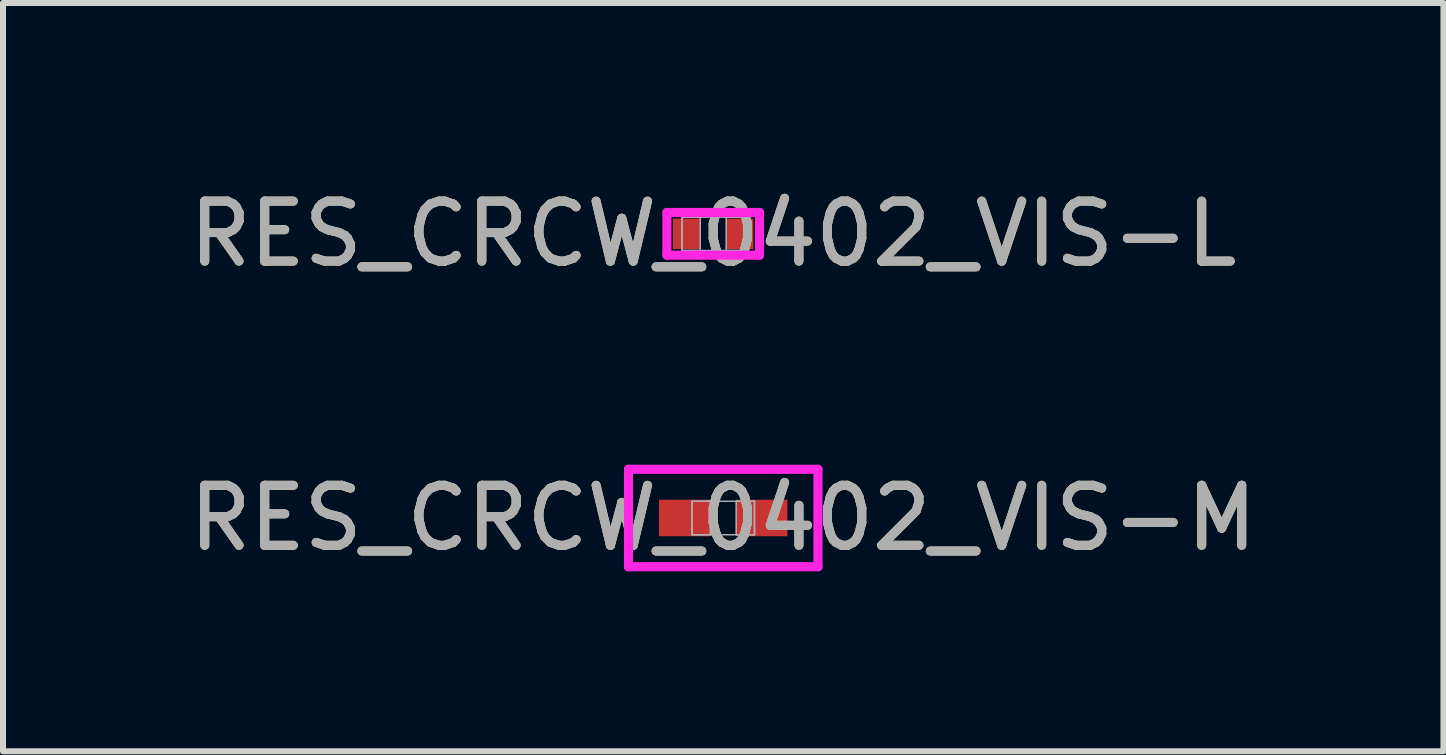
<source format=kicad_pcb>
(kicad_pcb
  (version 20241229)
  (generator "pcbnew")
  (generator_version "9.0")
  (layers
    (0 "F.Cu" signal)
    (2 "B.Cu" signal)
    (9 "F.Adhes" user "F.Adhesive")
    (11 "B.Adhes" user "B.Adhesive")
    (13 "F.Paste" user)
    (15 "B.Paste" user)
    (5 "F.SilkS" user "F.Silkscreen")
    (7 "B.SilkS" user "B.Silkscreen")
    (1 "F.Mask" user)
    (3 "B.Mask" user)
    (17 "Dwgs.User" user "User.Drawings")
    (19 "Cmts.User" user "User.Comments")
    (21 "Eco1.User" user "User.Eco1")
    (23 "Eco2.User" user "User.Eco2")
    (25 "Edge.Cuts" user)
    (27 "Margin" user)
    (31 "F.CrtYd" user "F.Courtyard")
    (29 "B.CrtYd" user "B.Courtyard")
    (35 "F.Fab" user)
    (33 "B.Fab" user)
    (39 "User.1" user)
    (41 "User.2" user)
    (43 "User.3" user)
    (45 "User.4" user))
  (footprint "RES_CRCW_0402_VIS-M"
    (layer "F.Cu")
    (at 9.006 5.585)
    (property "Reference" "RES_CRCW_0402_VIS-M" (at 0 0 0) (unlocked yes) (layer "F.SilkS") (effects (font (size 1 1) (thickness 0.15))))
    (attr smd)
    (fp_line (start -1.579 -0.812) (end 1.579 -0.812) (stroke (width 0.152) (type solid)) (layer "F.CrtYd"))
    (fp_line (start -1.579 0.812) (end -1.579 -0.812) (stroke (width 0.152) (type solid)) (layer "F.CrtYd"))
    (fp_line (start 1.579 -0.812) (end 1.579 0.812) (stroke (width 0.152) (type solid)) (layer "F.CrtYd"))
    (fp_line (start 1.579 0.812) (end -1.579 0.812) (stroke (width 0.152) (type solid)) (layer "F.CrtYd"))
    (fp_line (start -0.521 -0.279) (end -0.521 0.279) (stroke (width 0.025) (type solid)) (layer "F.Fab"))
    (fp_line (start -0.521 -0.279) (end -0.521 0.279) (stroke (width 0.025) (type solid)) (layer "F.Fab"))
    (fp_line (start -0.521 0.279) (end -0.216 0.279) (stroke (width 0.025) (type solid)) (layer "F.Fab"))
    (fp_line (start -0.521 0.279) (end 0.521 0.279) (stroke (width 0.025) (type solid)) (layer "F.Fab"))
    (fp_line (start -0.216 -0.279) (end -0.521 -0.279) (stroke (width 0.025) (type solid)) (layer "F.Fab"))
    (fp_line (start -0.216 0.279) (end -0.216 -0.279) (stroke (width 0.025) (type solid)) (layer "F.Fab"))
    (fp_line (start 0.216 -0.279) (end 0.216 0.279) (stroke (width 0.025) (type solid)) (layer "F.Fab"))
    (fp_line (start 0.216 0.279) (end 0.521 0.279) (stroke (width 0.025) (type solid)) (layer "F.Fab"))
    (fp_line (start 0.521 -0.279) (end -0.521 -0.279) (stroke (width 0.025) (type solid)) (layer "F.Fab"))
    (fp_line (start 0.521 -0.279) (end 0.216 -0.279) (stroke (width 0.025) (type solid)) (layer "F.Fab"))
    (fp_line (start 0.521 0.279) (end 0.521 -0.279) (stroke (width 0.025) (type solid)) (layer "F.Fab"))
    (fp_line (start 0.521 0.279) (end 0.521 -0.279) (stroke (width 0.025) (type solid)) (layer "F.Fab"))
    (fp_text user "${REFERENCE}" (at 0 0 0) (unlocked yes) (layer "F.Fab") (effects (font (size 1 1) (thickness 0.15))))
    (pad "1" smd rect (at -0.643 0) (size 0.855 0.609) (layers "F.Cu" "F.Mask" "F.Paste"))
    (pad "2" smd rect (at 0.643 0) (size 0.855 0.609) (layers "F.Cu" "F.Mask" "F.Paste"))
    (zone (net_name "") (layer "F.Cu") (hatch full 0.508) (connect_pads) (min_thickness 0.254) (filled_areas_thickness no) (keepout (tracks not_allowed) (vias not_allowed) (pads allowed) (copperpour not_allowed) (footprints allowed)) (placement (enabled no)) (fill) (polygon (pts (xy 8.841 5.356) (xy 9.171 5.356) (xy 9.171 5.814) (xy 8.841 5.814)))))
  (footprint "RES_CRCW_0402_VIS-L"
    (layer "F.Cu")
    (at 8.839 0.848)
    (property "Reference" "RES_CRCW_0402_VIS-L" (at 0 0 0) (unlocked yes) (layer "F.SilkS") (effects (font (size 1 1) (thickness 0.15))))
    (attr smd)
    (fp_line (start -0.772 -0.356) (end 0.772 -0.356) (stroke (width 0.152) (type solid)) (layer "F.CrtYd"))
    (fp_line (start -0.772 0.356) (end -0.772 -0.356) (stroke (width 0.152) (type solid)) (layer "F.CrtYd"))
    (fp_line (start 0.772 -0.356) (end 0.772 0.356) (stroke (width 0.152) (type solid)) (layer "F.CrtYd"))
    (fp_line (start 0.772 0.356) (end -0.772 0.356) (stroke (width 0.152) (type solid)) (layer "F.CrtYd"))
    (fp_line (start -0.521 -0.279) (end -0.521 0.279) (stroke (width 0.025) (type solid)) (layer "F.Fab"))
    (fp_line (start -0.521 -0.279) (end -0.521 0.279) (stroke (width 0.025) (type solid)) (layer "F.Fab"))
    (fp_line (start -0.521 0.279) (end -0.216 0.279) (stroke (width 0.025) (type solid)) (layer "F.Fab"))
    (fp_line (start -0.521 0.279) (end 0.521 0.279) (stroke (width 0.025) (type solid)) (layer "F.Fab"))
    (fp_line (start -0.216 -0.279) (end -0.521 -0.279) (stroke (width 0.025) (type solid)) (layer "F.Fab"))
    (fp_line (start -0.216 0.279) (end -0.216 -0.279) (stroke (width 0.025) (type solid)) (layer "F.Fab"))
    (fp_line (start 0.216 -0.279) (end 0.216 0.279) (stroke (width 0.025) (type solid)) (layer "F.Fab"))
    (fp_line (start 0.216 0.279) (end 0.521 0.279) (stroke (width 0.025) (type solid)) (layer "F.Fab"))
    (fp_line (start 0.521 -0.279) (end -0.521 -0.279) (stroke (width 0.025) (type solid)) (layer "F.Fab"))
    (fp_line (start 0.521 -0.279) (end 0.216 -0.279) (stroke (width 0.025) (type solid)) (layer "F.Fab"))
    (fp_line (start 0.521 0.279) (end 0.521 -0.279) (stroke (width 0.025) (type solid)) (layer "F.Fab"))
    (fp_line (start 0.521 0.279) (end 0.521 -0.279) (stroke (width 0.025) (type solid)) (layer "F.Fab"))
    (fp_text user "${REFERENCE}" (at 0 0 0) (unlocked yes) (layer "F.Fab") (effects (font (size 1 1) (thickness 0.15))))
    (pad "1" smd rect (at -0.443 0) (size 0.455 0.509) (layers "F.Cu" "F.Mask" "F.Paste"))
    (pad "2" smd rect (at 0.443 0) (size 0.455 0.509) (layers "F.Cu" "F.Mask" "F.Paste"))
    (zone (net_name "") (layer "F.Cu") (hatch full 0.508) (connect_pads) (min_thickness 0.254) (filled_areas_thickness no) (keepout (tracks not_allowed) (vias not_allowed) (pads allowed) (copperpour not_allowed) (footprints allowed)) (placement (enabled no)) (fill) (polygon (pts (xy 8.674 0.62) (xy 9.004 0.62) (xy 9.004 1.077) (xy 8.674 1.077)))))
  (gr_rect
    (start -3 -3)
    (end 21.012 9.474)
    (stroke (width 0.1) (type default))
    (fill no)
    (layer "Edge.Cuts")))
</source>
